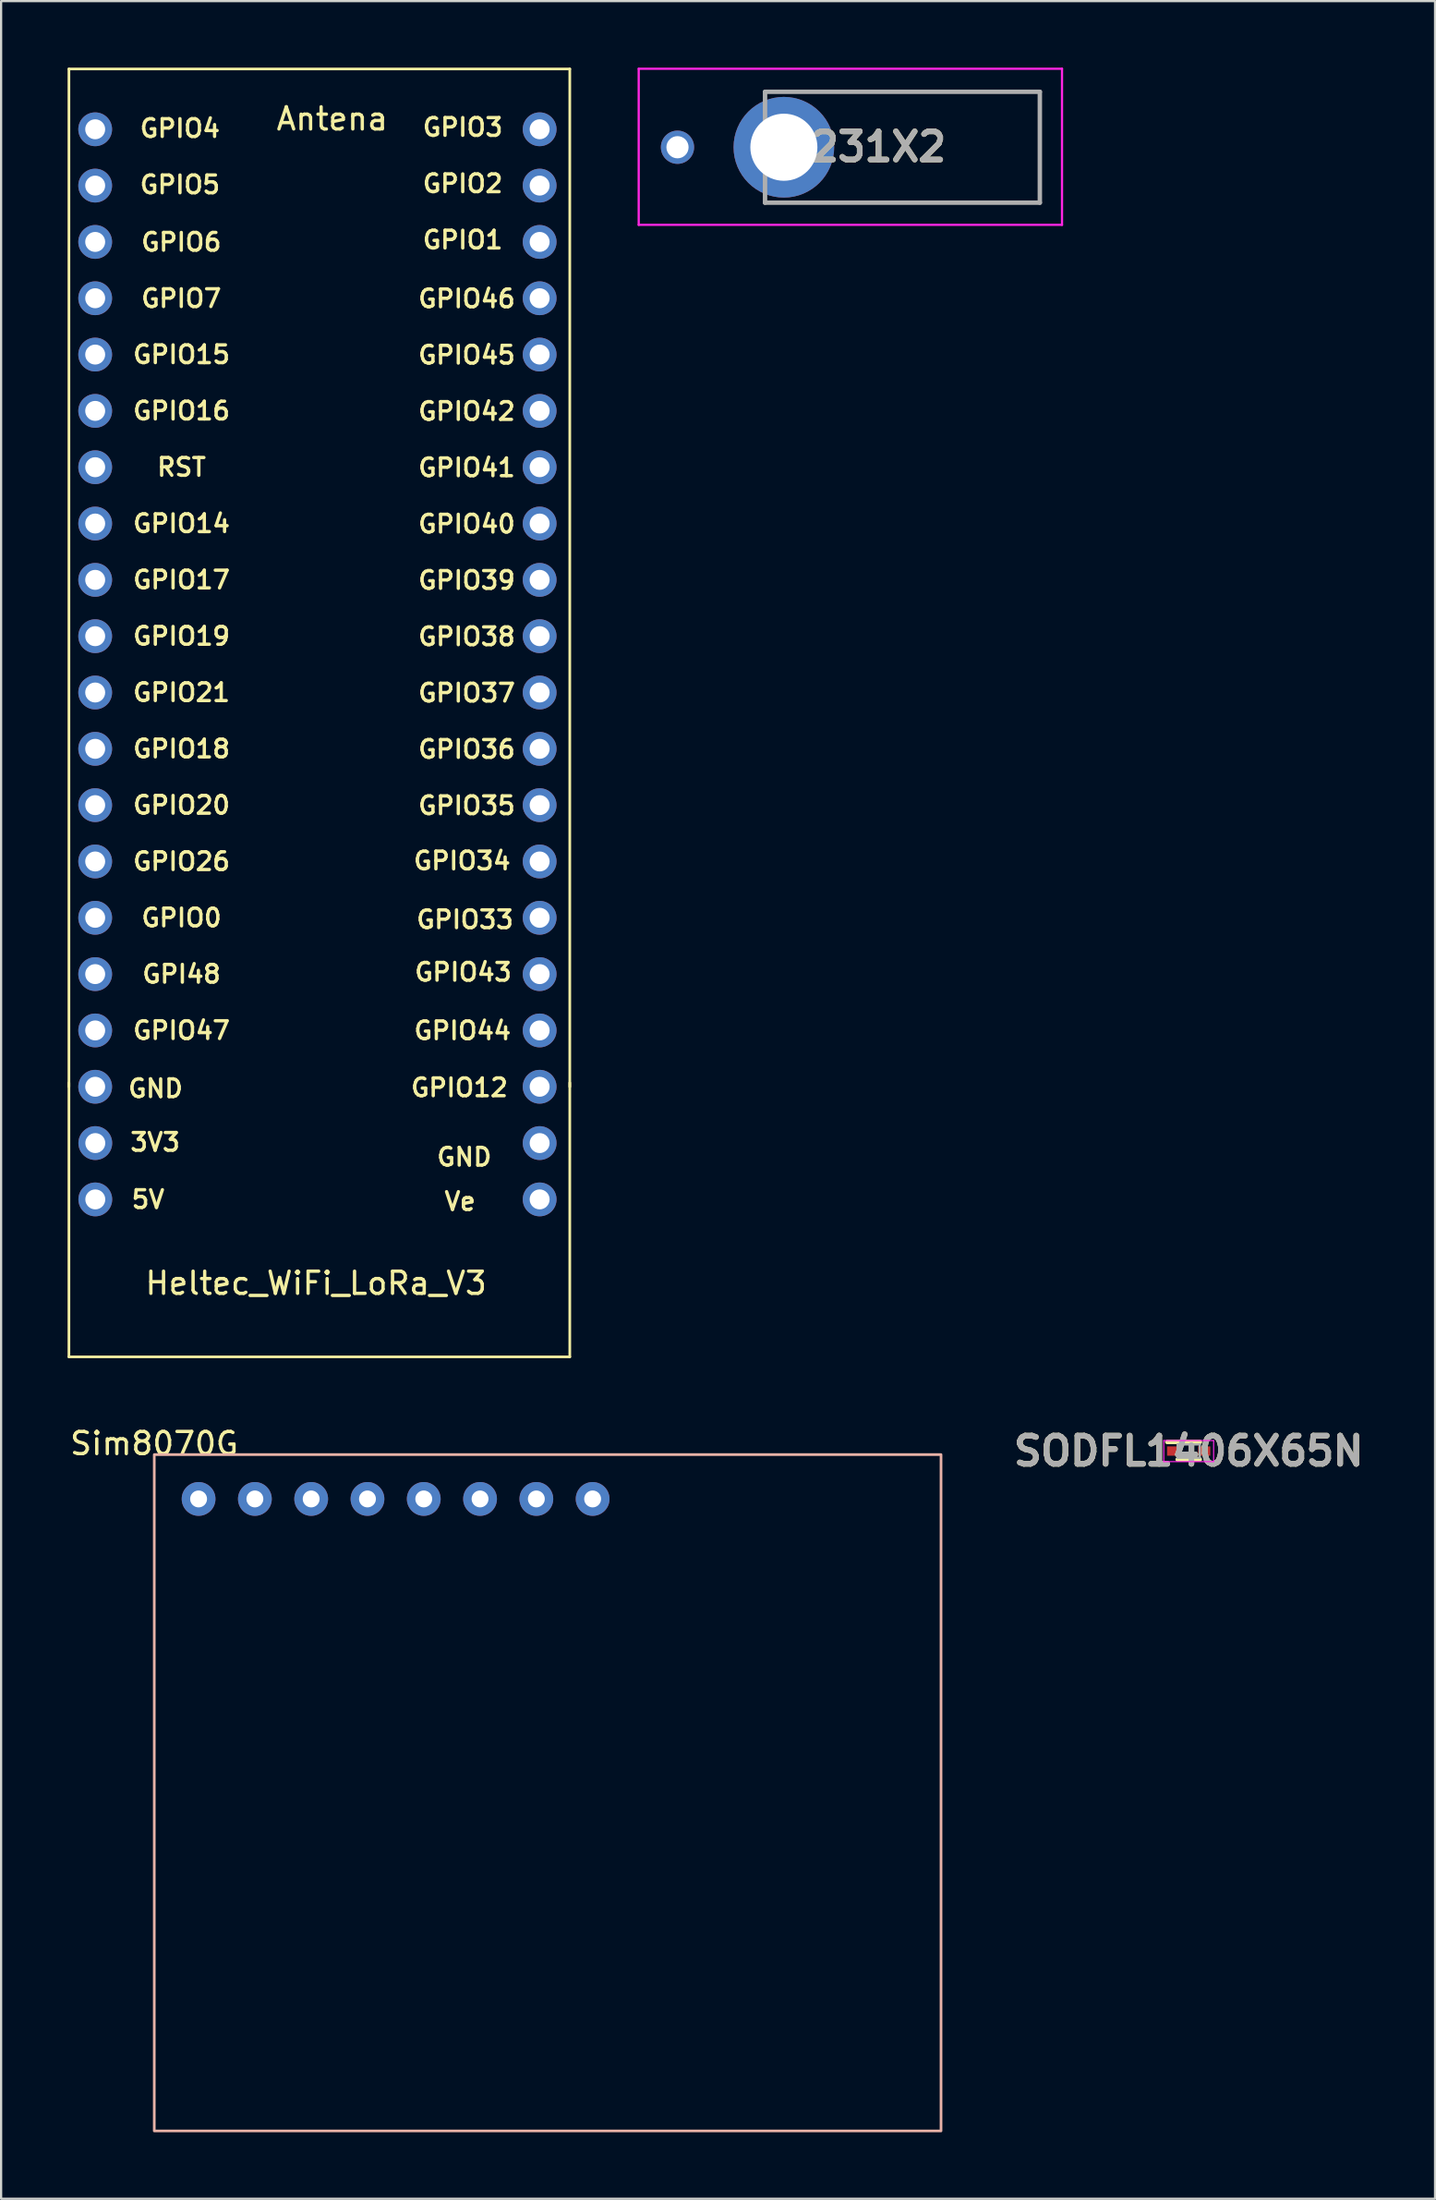
<source format=kicad_pcb>
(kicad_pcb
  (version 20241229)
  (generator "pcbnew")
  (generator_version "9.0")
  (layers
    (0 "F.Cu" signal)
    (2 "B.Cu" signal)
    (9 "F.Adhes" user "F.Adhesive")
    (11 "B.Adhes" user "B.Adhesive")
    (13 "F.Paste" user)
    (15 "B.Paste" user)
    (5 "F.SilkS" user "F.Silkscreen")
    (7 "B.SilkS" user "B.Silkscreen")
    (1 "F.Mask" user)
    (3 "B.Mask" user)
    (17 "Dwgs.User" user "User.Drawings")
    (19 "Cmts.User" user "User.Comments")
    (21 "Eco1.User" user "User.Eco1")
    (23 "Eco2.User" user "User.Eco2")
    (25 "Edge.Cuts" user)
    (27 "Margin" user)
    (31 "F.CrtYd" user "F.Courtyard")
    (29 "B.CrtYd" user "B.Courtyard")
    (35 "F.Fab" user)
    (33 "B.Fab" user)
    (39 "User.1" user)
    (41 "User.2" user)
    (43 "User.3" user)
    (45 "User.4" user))
  (footprint "SODFL1406X65N"
    (layer "F.Cu")
    (at 50.587 62.389)
    (property "Reference" "SODFL1406X65N" (at 0 0 0) (layer "F.SilkS") (effects (font (size 1.27 1.27) (thickness 0.254))))
    (attr smd)
    (fp_line (start -0.968 -0.41) (end 0.507 -0.41) (stroke (width 0.2) (type solid)) (layer "F.SilkS"))
    (fp_line (start -0.5 0.38) (end 0.5 0.38) (stroke (width 0.2) (type solid)) (layer "F.SilkS"))
    (fp_line (start -1.125 -0.475) (end 1.125 -0.475) (stroke (width 0.05) (type solid)) (layer "F.CrtYd"))
    (fp_line (start -1.125 0.475) (end -1.125 -0.475) (stroke (width 0.05) (type solid)) (layer "F.CrtYd"))
    (fp_line (start 1.125 -0.475) (end 1.125 0.475) (stroke (width 0.05) (type solid)) (layer "F.CrtYd"))
    (fp_line (start 1.125 0.475) (end -1.125 0.475) (stroke (width 0.05) (type solid)) (layer "F.CrtYd"))
    (fp_line (start -0.5 -0.3) (end 0.5 -0.3) (stroke (width 0.1) (type solid)) (layer "F.Fab"))
    (fp_line (start -0.5 -0.025) (end -0.225 -0.3) (stroke (width 0.1) (type solid)) (layer "F.Fab"))
    (fp_line (start -0.5 0.3) (end -0.5 -0.3) (stroke (width 0.1) (type solid)) (layer "F.Fab"))
    (fp_line (start 0.5 -0.3) (end 0.5 0.3) (stroke (width 0.1) (type solid)) (layer "F.Fab"))
    (fp_line (start 0.5 0.3) (end -0.5 0.3) (stroke (width 0.1) (type solid)) (layer "F.Fab"))
    (fp_text user "${REFERENCE}" (at 0 0 0) (layer "F.Fab") (effects (font (size 1.27 1.27) (thickness 0.254))))
    (pad "1" smd rect (at -0.7 0 90) (size 0.42 0.55) (layers "F.Cu" "F.Mask" "F.Paste"))
    (pad "2" smd rect (at 0.7 0 90) (size 0.42 0.55) (layers "F.Cu" "F.Mask" "F.Paste")))
  (footprint "Heltec_WiFi_LoRa_V3"
    (layer "F.Cu")
    (at 12.76 28.18)
    (property "Reference" "Heltec_WiFi_LoRa_V3" (at -1.55 26.64 0) (layer "F.SilkS") (effects (font (size 1 1) (thickness 0.15))))
    (attr through_hole)
    (fp_line (start -12.7 -28.12) (end -12.7 17.78) (stroke (width 0.12) (type solid)) (layer "F.SilkS"))
    (fp_line (start -12.7 -28.12) (end 9.9 -28.12) (stroke (width 0.12) (type solid)) (layer "F.SilkS"))
    (fp_line (start -12.7 17.6) (end -12.7 29.96) (stroke (width 0.12) (type solid)) (layer "F.SilkS"))
    (fp_line (start -12.7 29.96) (end 9.9 29.96) (stroke (width 0.12) (type solid)) (layer "F.SilkS"))
    (fp_line (start 9.9 17.78) (end 9.9 -28.12) (stroke (width 0.12) (type solid)) (layer "F.SilkS"))
    (fp_line (start 9.9 29.96) (end 9.9 17.6) (stroke (width 0.12) (type solid)) (layer "F.SilkS"))
    (fp_text user "GPIO15" (at -7.62 -15.24 0) (layer "F.SilkS") (effects (font (size 0.8 0.8) (thickness 0.15))))
    (fp_text user "GPIO19" (at -7.62 -2.54 0) (layer "F.SilkS") (effects (font (size 0.8 0.8) (thickness 0.15))))
    (fp_text user "GPIO17" (at -7.62 -5.08 0) (layer "F.SilkS") (effects (font (size 0.8 0.8) (thickness 0.15))))
    (fp_text user "GPIO34" (at 5.04 7.59 0) (layer "F.SilkS") (effects (font (size 0.8 0.8) (thickness 0.15))))
    (fp_text user "GPIO5" (at -7.69 -22.9 0) (layer "F.SilkS") (effects (font (size 0.8 0.8) (thickness 0.15))))
    (fp_text user "GPIO33" (at 5.17 10.24 0) (layer "F.SilkS") (effects (font (size 0.8 0.8) (thickness 0.15))))
    (fp_text user "GPIO7" (at -7.63 -17.77 0) (layer "F.SilkS") (effects (font (size 0.8 0.8) (thickness 0.15))))
    (fp_text user "GPIO18" (at -7.62 2.54 0) (layer "F.SilkS") (effects (font (size 0.8 0.8) (thickness 0.15))))
    (fp_text user "GPIO44" (at 5.06 15.25 0) (layer "F.SilkS") (effects (font (size 0.8 0.8) (thickness 0.15))))
    (fp_text user "GPIO40" (at 5.25 -7.6 0) (layer "F.SilkS") (effects (font (size 0.8 0.8) (thickness 0.15))))
    (fp_text user "GPIO41" (at 5.25 -10.14 0) (layer "F.SilkS") (effects (font (size 0.8 0.8) (thickness 0.15))))
    (fp_text user "GPIO1" (at 5.07 -20.41 0) (layer "F.SilkS") (effects (font (size 0.8 0.8) (thickness 0.15))))
    (fp_text user "Ve" (at 4.95 22.95 0) (layer "F.SilkS") (effects (font (size 0.8 0.8) (thickness 0.15))))
    (fp_text user "GPIO43" (at 5.09 12.61 0) (layer "F.SilkS") (effects (font (size 0.8 0.8) (thickness 0.15))))
    (fp_text user "GPIO0" (at -7.62 10.16 0) (layer "F.SilkS") (effects (font (size 0.8 0.8) (thickness 0.15))))
    (fp_text user "GPIO35" (at 5.25 5.1 0) (layer "F.SilkS") (effects (font (size 0.8 0.8) (thickness 0.15))))
    (fp_text user "GPIO46" (at 5.25 -17.76 0) (layer "F.SilkS") (effects (font (size 0.8 0.8) (thickness 0.15))))
    (fp_text user "RST" (at -7.62 -10.16 0) (layer "F.SilkS") (effects (font (size 0.8 0.8) (thickness 0.15))))
    (fp_text user "GPIO14" (at -7.62 -7.62 0) (layer "F.SilkS") (effects (font (size 0.8 0.8) (thickness 0.15))))
    (fp_text user "GPI48" (at -7.62 12.7 0) (layer "F.SilkS") (effects (font (size 0.8 0.8) (thickness 0.15))))
    (fp_text user "GPIO12" (at 4.92 17.82 0) (layer "F.SilkS") (effects (font (size 0.8 0.8) (thickness 0.15))))
    (fp_text user "GPIO45" (at 5.25 -15.22 0) (layer "F.SilkS") (effects (font (size 0.8 0.8) (thickness 0.15))))
    (fp_text user "GPIO37" (at 5.25 0.02 0) (layer "F.SilkS") (effects (font (size 0.8 0.8) (thickness 0.15))))
    (fp_text user "GPIO36" (at 5.25 2.56 0) (layer "F.SilkS") (effects (font (size 0.8 0.8) (thickness 0.15))))
    (fp_text user "GPIO38" (at 5.25 -2.52 0) (layer "F.SilkS") (effects (font (size 0.8 0.8) (thickness 0.15))))
    (fp_text user "GPIO42" (at 5.25 -12.68 0) (layer "F.SilkS") (effects (font (size 0.8 0.8) (thickness 0.15))))
    (fp_text user "GPIO16" (at -7.62 -12.7 0) (layer "F.SilkS") (effects (font (size 0.8 0.8) (thickness 0.15))))
    (fp_text user "GPIO3" (at 5.07 -25.49 0) (layer "F.SilkS") (effects (font (size 0.8 0.8) (thickness 0.15))))
    (fp_text user "GPIO26" (at -7.62 7.62 0) (layer "F.SilkS") (effects (font (size 0.8 0.8) (thickness 0.15))))
    (fp_text user "GPIO4" (at -7.69 -25.44 0) (layer "F.SilkS") (effects (font (size 0.8 0.8) (thickness 0.15))))
    (fp_text user "Antena" (at -0.82 -25.87 0) (layer "F.SilkS") (effects (font (size 1 1) (thickness 0.15))))
    (fp_text user "GPIO21" (at -7.62 0 0) (layer "F.SilkS") (effects (font (size 0.8 0.8) (thickness 0.15))))
    (fp_text user "3V3" (at -8.81 20.28 0) (layer "F.SilkS") (effects (font (size 0.8 0.8) (thickness 0.15))))
    (fp_text user "GPIO20" (at -7.62 5.08 0) (layer "F.SilkS") (effects (font (size 0.8 0.8) (thickness 0.15))))
    (fp_text user "GND" (at -8.79 17.86 0) (layer "F.SilkS") (effects (font (size 0.8 0.8) (thickness 0.15))))
    (fp_text user "GPIO2" (at 5.07 -22.95 0) (layer "F.SilkS") (effects (font (size 0.8 0.8) (thickness 0.15))))
    (fp_text user "GPIO6" (at -7.63 -20.31 0) (layer "F.SilkS") (effects (font (size 0.8 0.8) (thickness 0.15))))
    (fp_text user "5V" (at -9.13 22.86 0) (layer "F.SilkS") (effects (font (size 0.8 0.8) (thickness 0.15))))
    (fp_text user "GND" (at 5.14 20.95 0) (layer "F.SilkS") (effects (font (size 0.8 0.8) (thickness 0.15))))
    (fp_text user "GPIO47" (at -7.62 15.24 0) (layer "F.SilkS") (effects (font (size 0.8 0.8) (thickness 0.15))))
    (fp_text user "GPIO39" (at 5.25 -5.06 0) (layer "F.SilkS") (effects (font (size 0.8 0.8) (thickness 0.15))))
    (pad "1" thru_hole circle (at 8.54 22.86) (size 1.524 1.524) (drill 0.9) (layers "*.Cu" "*.Mask"))
    (pad "2" thru_hole circle (at 8.54 20.32) (size 1.524 1.524) (drill 0.9) (layers "*.Cu" "*.Mask"))
    (pad "3" thru_hole circle (at 8.54 17.78) (size 1.524 1.524) (drill 0.9) (layers "*.Cu" "*.Mask"))
    (pad "4" thru_hole circle (at 8.54 15.24) (size 1.524 1.524) (drill 0.9) (layers "*.Cu" "*.Mask"))
    (pad "5" thru_hole circle (at 8.54 12.7) (size 1.524 1.524) (drill 0.9) (layers "*.Cu" "*.Mask"))
    (pad "6" thru_hole circle (at 8.54 10.16) (size 1.524 1.524) (drill 0.9) (layers "*.Cu" "*.Mask"))
    (pad "7" thru_hole circle (at 8.54 7.62) (size 1.524 1.524) (drill 0.9) (layers "*.Cu" "*.Mask"))
    (pad "8" thru_hole circle (at 8.54 5.08) (size 1.524 1.524) (drill 0.9) (layers "*.Cu" "*.Mask"))
    (pad "9" thru_hole circle (at 8.54 2.54) (size 1.524 1.524) (drill 0.9) (layers "*.Cu" "*.Mask"))
    (pad "10" thru_hole circle (at 8.54 0) (size 1.524 1.524) (drill 0.9) (layers "*.Cu" "*.Mask"))
    (pad "11" thru_hole circle (at 8.54 -2.54) (size 1.524 1.524) (drill 0.9) (layers "*.Cu" "*.Mask"))
    (pad "12" thru_hole circle (at 8.54 -5.08) (size 1.524 1.524) (drill 0.9) (layers "*.Cu" "*.Mask"))
    (pad "13" thru_hole circle (at 8.54 -7.62) (size 1.524 1.524) (drill 0.9) (layers "*.Cu" "*.Mask"))
    (pad "14" thru_hole circle (at 8.54 -10.16) (size 1.524 1.524) (drill 0.9) (layers "*.Cu" "*.Mask"))
    (pad "15" thru_hole circle (at 8.54 -12.7) (size 1.524 1.524) (drill 0.9) (layers "*.Cu" "*.Mask"))
    (pad "16" thru_hole circle (at 8.54 -15.24) (size 1.524 1.524) (drill 0.9) (layers "*.Cu" "*.Mask"))
    (pad "17" thru_hole circle (at 8.54 -17.78) (size 1.524 1.524) (drill 0.9) (layers "*.Cu" "*.Mask"))
    (pad "18" thru_hole circle (at 8.54 -20.32) (size 1.524 1.524) (drill 0.9) (layers "*.Cu" "*.Mask"))
    (pad "19" thru_hole circle (at 8.54 -22.86) (size 1.524 1.524) (drill 0.9) (layers "*.Cu" "*.Mask"))
    (pad "20" thru_hole circle (at 8.54 -25.4) (size 1.524 1.524) (drill 0.9) (layers "*.Cu" "*.Mask"))
    (pad "21" thru_hole circle (at -11.515 -25.4) (size 1.524 1.524) (drill 0.9) (layers "*.Cu" "*.Mask"))
    (pad "22" thru_hole circle (at -11.515 -22.86) (size 1.524 1.524) (drill 0.9) (layers "*.Cu" "*.Mask"))
    (pad "23" thru_hole circle (at -11.515 -20.32) (size 1.524 1.524) (drill 0.9) (layers "*.Cu" "*.Mask"))
    (pad "24" thru_hole circle (at -11.515 -17.78) (size 1.524 1.524) (drill 0.9) (layers "*.Cu" "*.Mask"))
    (pad "25" thru_hole circle (at -11.515 -15.24) (size 1.524 1.524) (drill 0.9) (layers "*.Cu" "*.Mask"))
    (pad "26" thru_hole circle (at -11.515 -12.7) (size 1.524 1.524) (drill 0.9) (layers "*.Cu" "*.Mask"))
    (pad "27" thru_hole circle (at -11.515 -10.16) (size 1.524 1.524) (drill 0.9) (layers "*.Cu" "*.Mask"))
    (pad "28" thru_hole circle (at -11.515 -7.62) (size 1.524 1.524) (drill 0.9) (layers "*.Cu" "*.Mask"))
    (pad "29" thru_hole circle (at -11.515 -5.08) (size 1.524 1.524) (drill 0.9) (layers "*.Cu" "*.Mask"))
    (pad "30" thru_hole circle (at -11.515 -2.54) (size 1.524 1.524) (drill 0.9) (layers "*.Cu" "*.Mask"))
    (pad "31" thru_hole circle (at -11.515 0) (size 1.524 1.524) (drill 0.9) (layers "*.Cu" "*.Mask"))
    (pad "32" thru_hole circle (at -11.515 2.54) (size 1.524 1.524) (drill 0.9) (layers "*.Cu" "*.Mask"))
    (pad "33" thru_hole circle (at -11.515 5.08) (size 1.524 1.524) (drill 0.9) (layers "*.Cu" "*.Mask"))
    (pad "34" thru_hole circle (at -11.515 7.62) (size 1.524 1.524) (drill 0.9) (layers "*.Cu" "*.Mask"))
    (pad "35" thru_hole circle (at -11.515 10.16) (size 1.524 1.524) (drill 0.9) (layers "*.Cu" "*.Mask"))
    (pad "36" thru_hole circle (at -11.515 12.7) (size 1.524 1.524) (drill 0.9) (layers "*.Cu" "*.Mask"))
    (pad "37" thru_hole circle (at -11.515 15.24) (size 1.524 1.524) (drill 0.9) (layers "*.Cu" "*.Mask"))
    (pad "38" thru_hole circle (at -11.515 17.78) (size 1.524 1.524) (drill 0.9) (layers "*.Cu" "*.Mask"))
    (pad "39" thru_hole circle (at -11.51 20.32) (size 1.524 1.524) (drill 0.9) (layers "*.Cu" "*.Mask"))
    (pad "40" thru_hole circle (at -11.51 22.86) (size 1.524 1.524) (drill 0.9) (layers "*.Cu" "*.Mask")))
  (footprint "RB231X2"
    (layer "F.Cu")
    (at 31.47 3.59)
    (property "Reference" "RB231X2" (at 3.85 -0.02 0) (layer "F.SilkS") (effects (font (size 1.27 1.27) (thickness 0.254))))
    (attr through_hole)
    (fp_line (start 2.54 2.5) (end 12.4 2.5) (stroke (width 0.1) (type solid)) (layer "F.SilkS"))
    (fp_line (start 12.4 -2.5) (end 2.54 -2.54) (stroke (width 0.1) (type solid)) (layer "F.SilkS"))
    (fp_line (start 12.4 2.5) (end 12.4 -2.5) (stroke (width 0.1) (type solid)) (layer "F.SilkS"))
    (fp_line (start -5.7 -3.54) (end 13.4 -3.54) (stroke (width 0.1) (type solid)) (layer "F.CrtYd"))
    (fp_line (start -5.7 3.5) (end -5.7 -3.54) (stroke (width 0.1) (type solid)) (layer "F.CrtYd"))
    (fp_line (start 13.4 -3.54) (end 13.4 3.5) (stroke (width 0.1) (type solid)) (layer "F.CrtYd"))
    (fp_line (start 13.4 3.5) (end -5.7 3.5) (stroke (width 0.1) (type solid)) (layer "F.CrtYd"))
    (fp_line (start 0 -2.5) (end 12.4 -2.5) (stroke (width 0.2) (type solid)) (layer "F.Fab"))
    (fp_line (start 0 2.5) (end 0 -2.5) (stroke (width 0.2) (type solid)) (layer "F.Fab"))
    (fp_line (start 12.4 -2.5) (end 12.4 2.5) (stroke (width 0.2) (type solid)) (layer "F.Fab"))
    (fp_line (start 12.4 2.5) (end 0 2.5) (stroke (width 0.2) (type solid)) (layer "F.Fab"))
    (fp_text user "${REFERENCE}" (at 3.85 -0.02 0) (layer "F.Fab") (effects (font (size 1.27 1.27) (thickness 0.254))))
    (pad "1" thru_hole circle (at -3.95 0) (size 1.5 1.5) (drill 1) (layers "*.Cu" "*.Mask"))
    (pad "2" thru_hole circle (at 0.85 0) (size 4.54 4.54) (drill 3.026) (layers "*.Cu" "*.Mask")))
  (footprint "Sim8070G"
    (layer "F.Cu")
    (at 3.911 62.548)
    (property "Reference" "Sim8070G" (at 0 -0.5 0) (unlocked yes) (layer "F.SilkS") (effects (font (size 1 1) (thickness 0.15))))
    (attr through_hole)
    (fp_rect (start 0 0) (end 35.5 30.5) (stroke (width 0.12) (type default)) (fill no) (layer "B.SilkS"))
    (pad "1" thru_hole circle (at 2 2) (size 1.524 1.524) (drill 0.762) (layers "*.Cu" "*.Mask"))
    (pad "2" thru_hole circle (at 4.54 2) (size 1.524 1.524) (drill 0.762) (layers "*.Cu" "*.Mask"))
    (pad "3" thru_hole circle (at 7.08 2) (size 1.524 1.524) (drill 0.762) (layers "*.Cu" "*.Mask"))
    (pad "4" thru_hole circle (at 9.62 2) (size 1.524 1.524) (drill 0.762) (layers "*.Cu" "*.Mask"))
    (pad "5" thru_hole circle (at 12.16 2) (size 1.524 1.524) (drill 0.762) (layers "*.Cu" "*.Mask"))
    (pad "6" thru_hole circle (at 14.7 2) (size 1.524 1.524) (drill 0.762) (layers "*.Cu" "*.Mask"))
    (pad "7" thru_hole circle (at 17.24 2) (size 1.524 1.524) (drill 0.762) (layers "*.Cu" "*.Mask"))
    (pad "8" thru_hole circle (at 19.78 2) (size 1.524 1.524) (drill 0.762) (layers "*.Cu" "*.Mask")))
  (gr_rect
    (start -3 -3)
    (end 61.703 96.108)
    (stroke (width 0.1) (type default))
    (fill no)
    (layer "Edge.Cuts")))
</source>
